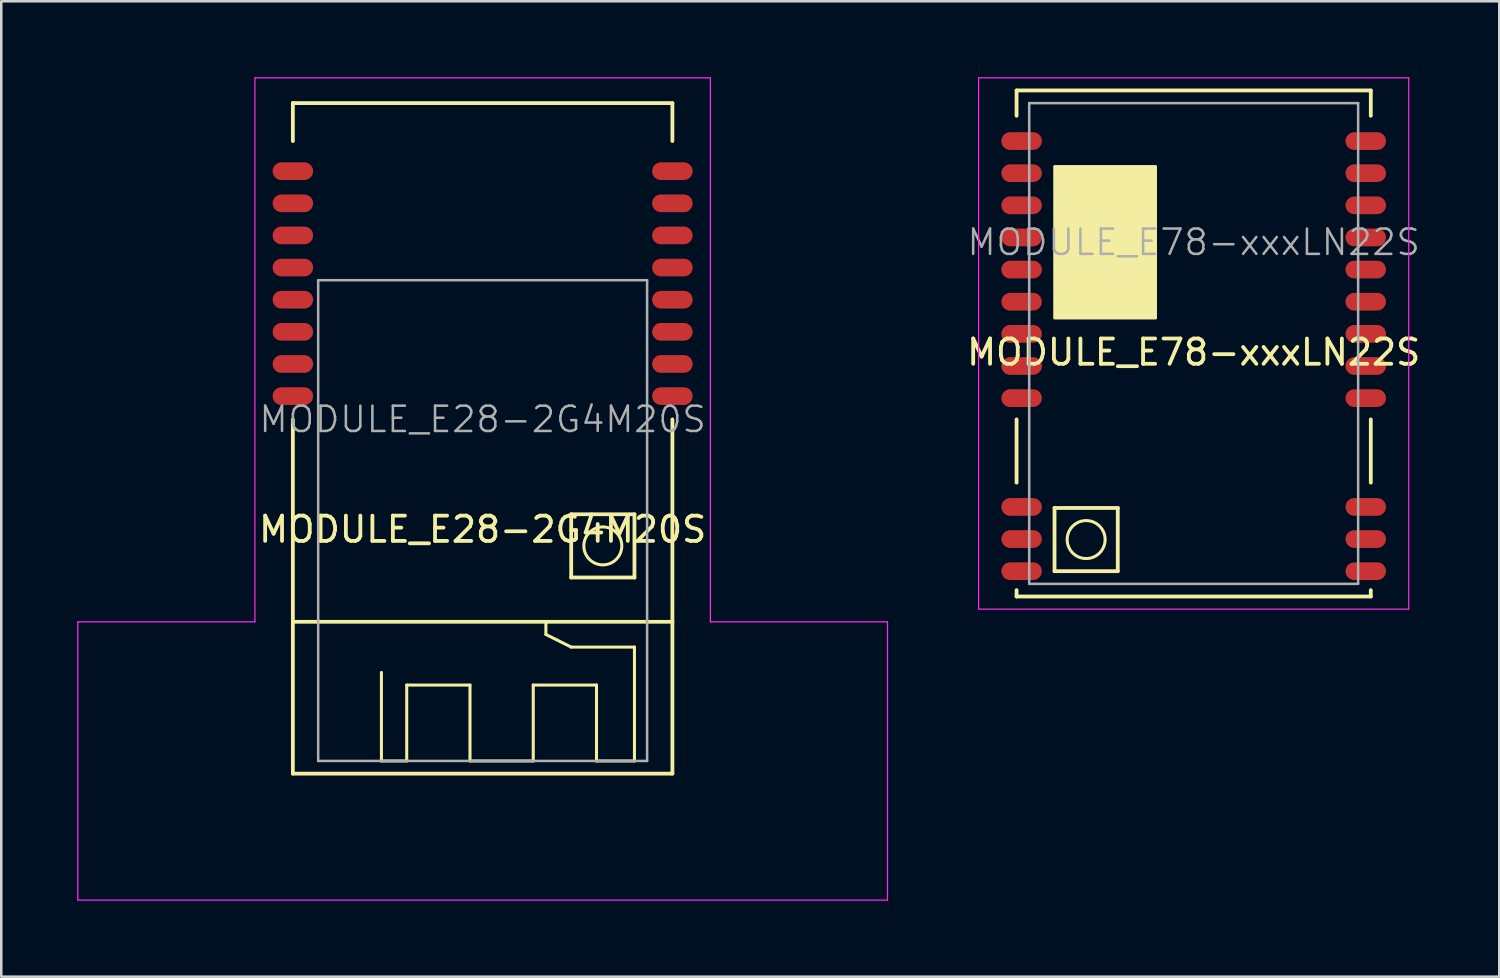
<source format=kicad_pcb>
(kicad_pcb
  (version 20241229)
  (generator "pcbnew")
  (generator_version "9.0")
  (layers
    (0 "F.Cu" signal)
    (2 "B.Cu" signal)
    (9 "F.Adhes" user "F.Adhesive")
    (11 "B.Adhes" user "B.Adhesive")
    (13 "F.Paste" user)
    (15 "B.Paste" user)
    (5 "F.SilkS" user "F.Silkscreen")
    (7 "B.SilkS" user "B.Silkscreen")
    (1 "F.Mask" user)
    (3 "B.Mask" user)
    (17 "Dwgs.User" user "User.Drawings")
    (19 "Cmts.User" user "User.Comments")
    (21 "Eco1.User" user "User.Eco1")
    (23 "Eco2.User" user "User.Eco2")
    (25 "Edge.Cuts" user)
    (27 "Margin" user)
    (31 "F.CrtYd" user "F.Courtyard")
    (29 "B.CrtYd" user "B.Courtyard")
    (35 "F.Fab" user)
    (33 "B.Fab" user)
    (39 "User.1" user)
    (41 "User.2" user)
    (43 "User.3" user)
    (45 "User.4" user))
  (footprint "MODULE_E78-xxxLN22S"
    (layer "F.Cu")
    (at 44.127 20.525)
    (property "Reference" "MODULE_E78-xxxLN22S" (at 0 -9.652 0) (layer "F.SilkS") (effects (font (size 1 1) (thickness 0.15))))
    (attr smd)
    (fp_line (start -7 -20) (end 7 -20) (stroke (width 0.15) (type solid)) (layer "F.SilkS"))
    (fp_line (start -7 -19) (end -7 -20) (stroke (width 0.15) (type solid)) (layer "F.SilkS"))
    (fp_line (start -7 -4.5) (end -7 -7) (stroke (width 0.15) (type solid)) (layer "F.SilkS"))
    (fp_line (start -7 -0.25) (end -7 0) (stroke (width 0.15) (type solid)) (layer "F.SilkS"))
    (fp_line (start -7 0) (end 7 0) (stroke (width 0.15) (type solid)) (layer "F.SilkS"))
    (fp_line (start -5.5 -3.5) (end -3 -3.5) (stroke (width 0.15) (type solid)) (layer "F.SilkS"))
    (fp_line (start -5.5 -1) (end -5.5 -3.5) (stroke (width 0.15) (type solid)) (layer "F.SilkS"))
    (fp_line (start -5.5 -1) (end -3 -1) (stroke (width 0.15) (type solid)) (layer "F.SilkS"))
    (fp_line (start -3 -1) (end -3 -3.5) (stroke (width 0.15) (type solid)) (layer "F.SilkS"))
    (fp_line (start 7 -19) (end 7 -20) (stroke (width 0.15) (type solid)) (layer "F.SilkS"))
    (fp_line (start 7 -4.5) (end 7 -7) (stroke (width 0.15) (type solid)) (layer "F.SilkS"))
    (fp_line (start 7 0) (end 7 -0.25) (stroke (width 0.15) (type solid)) (layer "F.SilkS"))
    (fp_circle (center -4.25 -2.25) (end -3.5 -2.25) (stroke (width 0.12) (type solid)) (fill no) (layer "F.SilkS"))
    (fp_poly (pts (xy -1.5 -11) (xy -5.5 -11) (xy -5.5 -17) (xy -1.5 -17)) (stroke (width 0.1) (type solid)) (fill yes) (layer "F.SilkS"))
    (fp_line (start -8.5 -20.5) (end -8.5 0.5) (stroke (width 0.05) (type solid)) (layer "F.CrtYd"))
    (fp_line (start -8.5 -20.5) (end 8.5 -20.5) (stroke (width 0.05) (type solid)) (layer "F.CrtYd"))
    (fp_line (start -8.5 0.5) (end 8.5 0.5) (stroke (width 0.05) (type solid)) (layer "F.CrtYd"))
    (fp_line (start 8.5 0.5) (end 8.5 -20.5) (stroke (width 0.05) (type solid)) (layer "F.CrtYd"))
    (fp_line (start -6.5 -19.5) (end 6.5 -19.5) (stroke (width 0.1) (type solid)) (layer "F.Fab"))
    (fp_line (start -6.5 -0.5) (end -6.5 -19.5) (stroke (width 0.1) (type solid)) (layer "F.Fab"))
    (fp_line (start 6.5 -19.5) (end 6.5 -0.5) (stroke (width 0.1) (type solid)) (layer "F.Fab"))
    (fp_line (start 6.5 -0.5) (end -6.5 -0.5) (stroke (width 0.1) (type solid)) (layer "F.Fab"))
    (fp_text user "${REFERENCE}" (at 0 -14 0) (layer "F.Fab") (effects (font (size 1 1) (thickness 0.1))))
    (pad "1" smd oval (at -6.8 -18) (size 1.6 0.7) (layers "F.Cu" "F.Mask" "F.Paste"))
    (pad "2" smd oval (at -6.8 -16.73) (size 1.6 0.7) (layers "F.Cu" "F.Mask" "F.Paste"))
    (pad "3" smd oval (at -6.8 -15.46) (size 1.6 0.7) (layers "F.Cu" "F.Mask" "F.Paste"))
    (pad "4" smd oval (at -6.8 -14.19) (size 1.6 0.7) (layers "F.Cu" "F.Mask" "F.Paste"))
    (pad "5" smd oval (at -6.8 -12.92) (size 1.6 0.7) (layers "F.Cu" "F.Mask" "F.Paste"))
    (pad "6" smd oval (at -6.8 -11.65) (size 1.6 0.7) (layers "F.Cu" "F.Mask" "F.Paste"))
    (pad "7" smd oval (at -6.8 -10.38) (size 1.6 0.7) (layers "F.Cu" "F.Mask" "F.Paste"))
    (pad "8" smd oval (at -6.8 -9.11) (size 1.6 0.7) (layers "F.Cu" "F.Mask" "F.Paste"))
    (pad "9" smd oval (at -6.8 -7.84) (size 1.6 0.7) (layers "F.Cu" "F.Mask" "F.Paste"))
    (pad "10" smd oval (at -6.8 -3.54) (size 1.6 0.7) (layers "F.Cu" "F.Mask" "F.Paste"))
    (pad "11" smd oval (at -6.8 -2.27) (size 1.6 0.7) (layers "F.Cu" "F.Mask" "F.Paste"))
    (pad "12" smd oval (at -6.8 -1) (size 1.6 0.7) (layers "F.Cu" "F.Mask" "F.Paste"))
    (pad "13" smd oval (at 6.8 -1) (size 1.6 0.7) (layers "F.Cu" "F.Mask" "F.Paste"))
    (pad "14" smd oval (at 6.8 -2.27) (size 1.6 0.7) (layers "F.Cu" "F.Mask" "F.Paste"))
    (pad "15" smd oval (at 6.8 -3.54) (size 1.6 0.7) (layers "F.Cu" "F.Mask" "F.Paste"))
    (pad "16" smd oval (at 6.8 -7.84) (size 1.6 0.7) (layers "F.Cu" "F.Mask" "F.Paste"))
    (pad "17" smd oval (at 6.8 -9.11) (size 1.6 0.7) (layers "F.Cu" "F.Mask" "F.Paste"))
    (pad "18" smd oval (at 6.8 -10.38) (size 1.6 0.7) (layers "F.Cu" "F.Mask" "F.Paste"))
    (pad "19" smd oval (at 6.8 -11.65) (size 1.6 0.7) (layers "F.Cu" "F.Mask" "F.Paste"))
    (pad "20" smd oval (at 6.8 -12.92) (size 1.6 0.7) (layers "F.Cu" "F.Mask" "F.Paste"))
    (pad "21" smd oval (at 6.8 -14.19) (size 1.6 0.7) (layers "F.Cu" "F.Mask" "F.Paste"))
    (pad "22" smd oval (at 6.8 -15.46) (size 1.6 0.7) (layers "F.Cu" "F.Mask" "F.Paste"))
    (pad "23" smd oval (at 6.8 -16.73) (size 1.6 0.7) (layers "F.Cu" "F.Mask" "F.Paste"))
    (pad "24" smd oval (at 6.8 -18) (size 1.6 0.7) (layers "F.Cu" "F.Mask" "F.Paste")))
  (footprint "MODULE_E28-2G4M20S"
    (layer "F.Cu")
    (at 16.025 27.525)
    (property "Reference" "MODULE_E28-2G4M20S" (at 0 -9.652 0) (layer "F.SilkS") (effects (font (size 1 1) (thickness 0.15))))
    (attr smd)
    (fp_line (start -7.5 -26.5) (end 7.5 -26.5) (stroke (width 0.15) (type solid)) (layer "F.SilkS"))
    (fp_line (start -7.5 -25) (end -7.5 -26.5) (stroke (width 0.15) (type solid)) (layer "F.SilkS"))
    (fp_line (start -7.5 -6) (end 7.5 -6) (stroke (width 0.15) (type solid)) (layer "F.SilkS"))
    (fp_line (start -7.5 0) (end -7.5 -14) (stroke (width 0.15) (type solid)) (layer "F.SilkS"))
    (fp_line (start -7.5 0) (end 7.5 0) (stroke (width 0.15) (type solid)) (layer "F.SilkS"))
    (fp_line (start -4 -0.5) (end -4 -4) (stroke (width 0.12) (type solid)) (layer "F.SilkS"))
    (fp_line (start -3 -3.5) (end -3 -0.5) (stroke (width 0.12) (type solid)) (layer "F.SilkS"))
    (fp_line (start -3 -0.5) (end -4 -0.5) (stroke (width 0.12) (type solid)) (layer "F.SilkS"))
    (fp_line (start -0.5 -3.5) (end -3 -3.5) (stroke (width 0.12) (type solid)) (layer "F.SilkS"))
    (fp_line (start -0.5 -0.5) (end -0.5 -3.5) (stroke (width 0.12) (type solid)) (layer "F.SilkS"))
    (fp_line (start 2 -3.5) (end 2 -0.5) (stroke (width 0.12) (type solid)) (layer "F.SilkS"))
    (fp_line (start 2 -0.5) (end -0.5 -0.5) (stroke (width 0.12) (type solid)) (layer "F.SilkS"))
    (fp_line (start 2.5 -6) (end 2.5 -5.5) (stroke (width 0.12) (type solid)) (layer "F.SilkS"))
    (fp_line (start 2.5 -5.5) (end 3.5 -5) (stroke (width 0.12) (type solid)) (layer "F.SilkS"))
    (fp_line (start 3.5 -10.25) (end 6 -10.25) (stroke (width 0.15) (type solid)) (layer "F.SilkS"))
    (fp_line (start 3.5 -7.75) (end 3.5 -10.25) (stroke (width 0.15) (type solid)) (layer "F.SilkS"))
    (fp_line (start 3.5 -7.75) (end 6 -7.75) (stroke (width 0.15) (type solid)) (layer "F.SilkS"))
    (fp_line (start 3.5 -5) (end 6 -5) (stroke (width 0.12) (type solid)) (layer "F.SilkS"))
    (fp_line (start 4.5 -3.5) (end 2 -3.5) (stroke (width 0.12) (type solid)) (layer "F.SilkS"))
    (fp_line (start 4.5 -0.5) (end 4.5 -3.5) (stroke (width 0.12) (type solid)) (layer "F.SilkS"))
    (fp_line (start 6 -7.75) (end 6 -10.25) (stroke (width 0.15) (type solid)) (layer "F.SilkS"))
    (fp_line (start 6 -5) (end 6 -0.5) (stroke (width 0.12) (type solid)) (layer "F.SilkS"))
    (fp_line (start 6 -0.5) (end 4.5 -0.5) (stroke (width 0.12) (type solid)) (layer "F.SilkS"))
    (fp_line (start 7.5 -25) (end 7.5 -26.5) (stroke (width 0.15) (type solid)) (layer "F.SilkS"))
    (fp_line (start 7.5 0) (end 7.5 -14) (stroke (width 0.15) (type solid)) (layer "F.SilkS"))
    (fp_circle (center 4.75 -9) (end 5.5 -9) (stroke (width 0.12) (type solid)) (fill no) (layer "F.SilkS"))
    (fp_line (start -16 -6) (end -9 -6) (stroke (width 0.05) (type solid)) (layer "F.CrtYd"))
    (fp_line (start -16 5) (end -16 -6) (stroke (width 0.05) (type solid)) (layer "F.CrtYd"))
    (fp_line (start -16 5) (end 16 5) (stroke (width 0.05) (type solid)) (layer "F.CrtYd"))
    (fp_line (start -9 -27.5) (end -9 -6) (stroke (width 0.05) (type solid)) (layer "F.CrtYd"))
    (fp_line (start -9 -27.5) (end 9 -27.5) (stroke (width 0.05) (type solid)) (layer "F.CrtYd"))
    (fp_line (start 9 -6) (end 9 -27.5) (stroke (width 0.05) (type solid)) (layer "F.CrtYd"))
    (fp_line (start 9 -6) (end 16 -6) (stroke (width 0.05) (type solid)) (layer "F.CrtYd"))
    (fp_line (start 16 5) (end 16 -6) (stroke (width 0.05) (type solid)) (layer "F.CrtYd"))
    (fp_line (start -6.5 -19.5) (end 6.5 -19.5) (stroke (width 0.1) (type solid)) (layer "F.Fab"))
    (fp_line (start -6.5 -0.5) (end -6.5 -19.5) (stroke (width 0.1) (type solid)) (layer "F.Fab"))
    (fp_line (start 6.5 -19.5) (end 6.5 -0.5) (stroke (width 0.1) (type solid)) (layer "F.Fab"))
    (fp_line (start 6.5 -0.5) (end -6.5 -0.5) (stroke (width 0.1) (type solid)) (layer "F.Fab"))
    (fp_text user "${REFERENCE}" (at 0 -14 0) (layer "F.Fab") (effects (font (size 1 1) (thickness 0.1))))
    (pad "1" smd oval (at -7.5 -23.81) (size 1.6 0.7) (layers "F.Cu" "F.Mask" "F.Paste"))
    (pad "2" smd oval (at -7.5 -22.54) (size 1.6 0.7) (layers "F.Cu" "F.Mask" "F.Paste"))
    (pad "3" smd oval (at -7.5 -21.27) (size 1.6 0.7) (layers "F.Cu" "F.Mask" "F.Paste"))
    (pad "4" smd oval (at -7.5 -20) (size 1.6 0.7) (layers "F.Cu" "F.Mask" "F.Paste"))
    (pad "5" smd oval (at -7.5 -18.73) (size 1.6 0.7) (layers "F.Cu" "F.Mask" "F.Paste"))
    (pad "6" smd oval (at -7.5 -17.46) (size 1.6 0.7) (layers "F.Cu" "F.Mask" "F.Paste"))
    (pad "7" smd oval (at -7.5 -16.19) (size 1.6 0.7) (layers "F.Cu" "F.Mask" "F.Paste"))
    (pad "8" smd oval (at -7.5 -14.92) (size 1.6 0.7) (layers "F.Cu" "F.Mask" "F.Paste"))
    (pad "9" smd oval (at 7.5 -14.92) (size 1.6 0.7) (layers "F.Cu" "F.Mask" "F.Paste"))
    (pad "10" smd oval (at 7.5 -16.19) (size 1.6 0.7) (layers "F.Cu" "F.Mask" "F.Paste"))
    (pad "11" smd oval (at 7.5 -17.46) (size 1.6 0.7) (layers "F.Cu" "F.Mask" "F.Paste"))
    (pad "12" smd oval (at 7.5 -18.73) (size 1.6 0.7) (layers "F.Cu" "F.Mask" "F.Paste"))
    (pad "13" smd oval (at 7.5 -20) (size 1.6 0.7) (layers "F.Cu" "F.Mask" "F.Paste"))
    (pad "14" smd oval (at 7.5 -21.27) (size 1.6 0.7) (layers "F.Cu" "F.Mask" "F.Paste"))
    (pad "15" smd oval (at 7.5 -22.54) (size 1.6 0.7) (layers "F.Cu" "F.Mask" "F.Paste"))
    (pad "16" smd oval (at 7.5 -23.81) (size 1.6 0.7) (layers "F.Cu" "F.Mask" "F.Paste")))
  (gr_rect
    (start -3 -3)
    (end 56.205 35.55)
    (stroke (width 0.1) (type default))
    (fill no)
    (layer "Edge.Cuts")))
</source>
